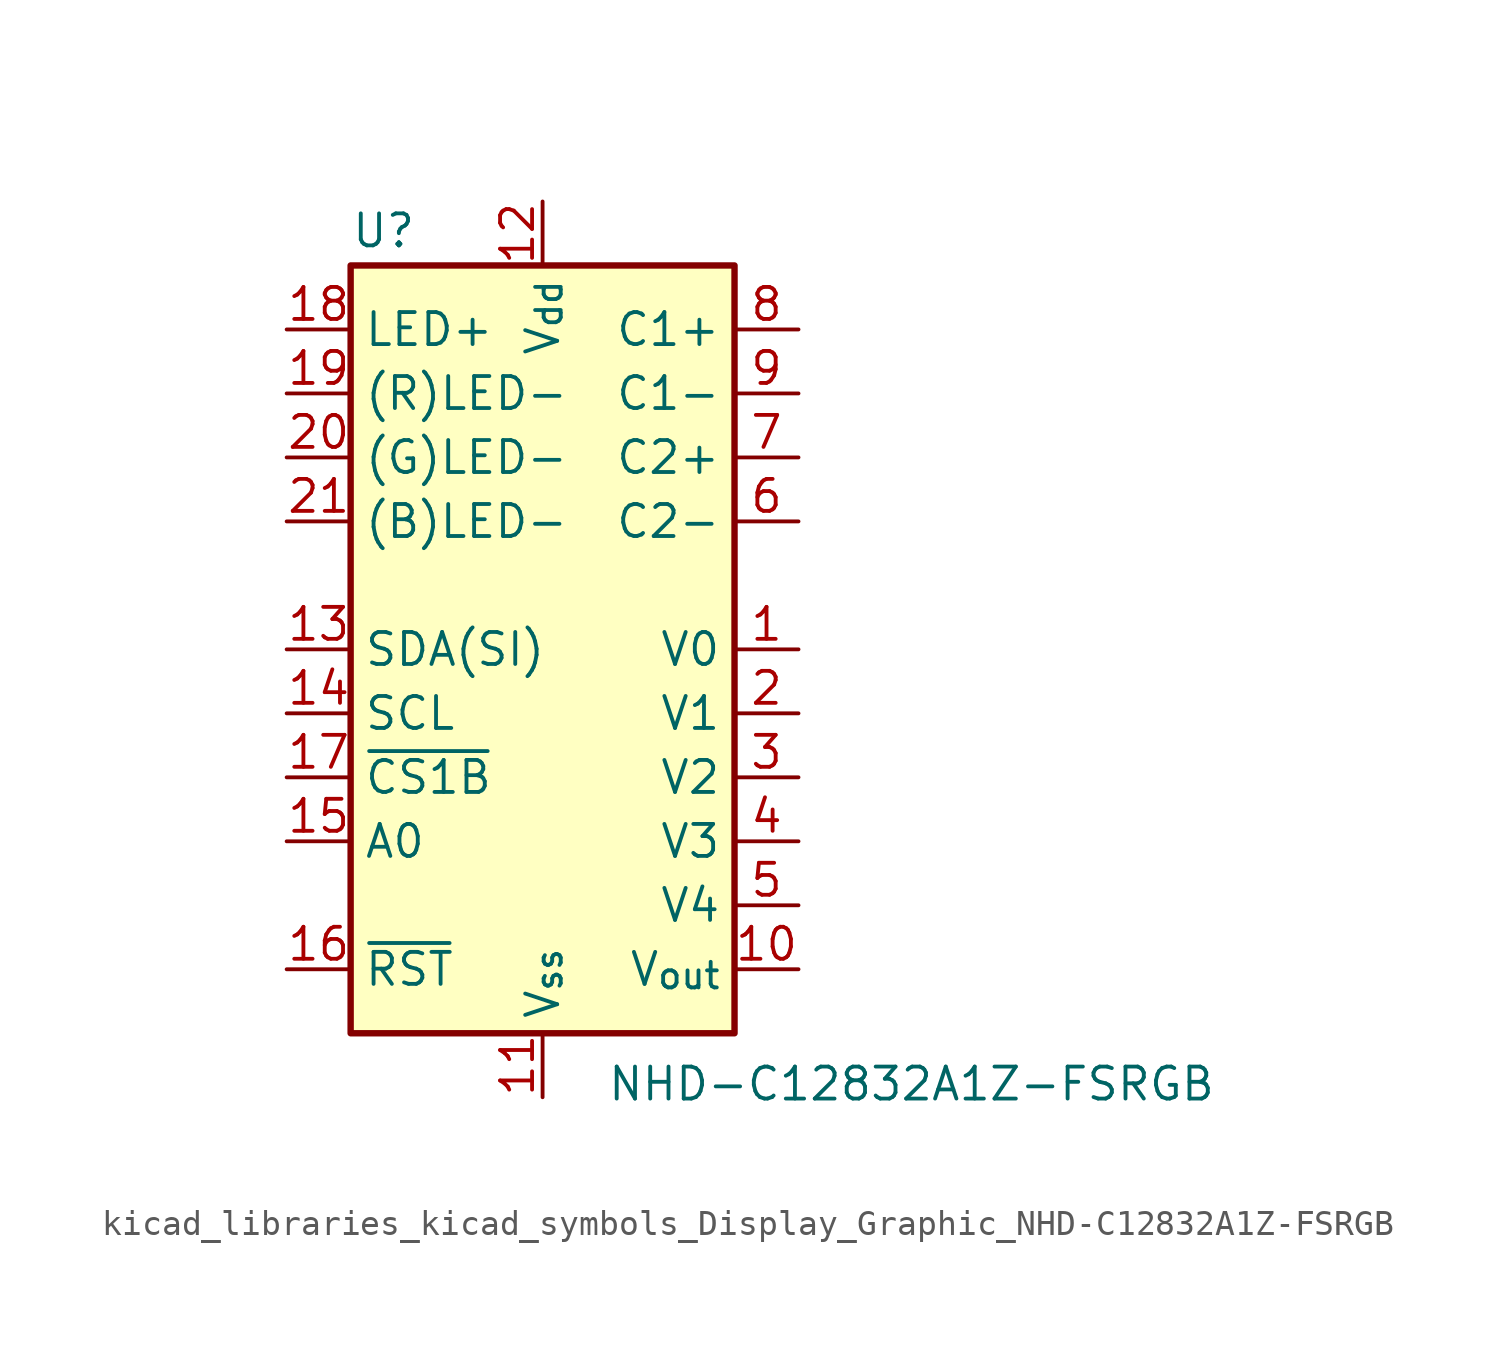
<source format=kicad_sym>
(kicad_symbol_lib
  (version 20220914)
  (generator kicad_symbol_editor)
  (symbol "kicad_libraries_kicad_symbols_Display_Graphic_NHD-C12832A1Z-FSRGB"
    (property "Reference" "U"
      (at -7.62 15.875 0)
      (effects (font (size 1.27 1.27)) (justify left bottom)))
    (property "Value" "NHD-C12832A1Z-FSRGB"
      (at 2.54 -16.51 0)
      (effects (font (size 1.27 1.27)) (justify left top)))
    (symbol "kicad_libraries_kicad_symbols_Display_Graphic_NHD-C12832A1Z-FSRGB_0_1"
      (rectangle (start -7.62 15.24) (end 7.62 -15.24) (stroke (width 0.254) (type default)) (fill (type background))))
    (symbol "kicad_libraries_kicad_symbols_Display_Graphic_NHD-C12832A1Z-FSRGB_1_1"
      (pin passive line (at 10.16 0 180) (length 2.54) (name "V0" (effects (font (size 1.27 1.27)))) (number "1" (effects (font (size 1.27 1.27)))))
      (pin passive line (at 10.16 -12.7 180) (length 2.54) (name "V_{out}" (effects (font (size 1.27 1.27)))) (number "10" (effects (font (size 1.27 1.27)))))
      (pin power_in line (at 0 -17.78 90) (length 2.54) (name "V_{ss}" (effects (font (size 1.27 1.27)))) (number "11" (effects (font (size 1.27 1.27)))))
      (pin power_in line (at 0 17.78 270) (length 2.54) (name "V_{dd}" (effects (font (size 1.27 1.27)))) (number "12" (effects (font (size 1.27 1.27)))))
      (pin input line (at -10.16 0 0) (length 2.54) (name "SDA(SI)" (effects (font (size 1.27 1.27)))) (number "13" (effects (font (size 1.27 1.27)))))
      (pin input line (at -10.16 -2.54 0) (length 2.54) (name "SCL" (effects (font (size 1.27 1.27)))) (number "14" (effects (font (size 1.27 1.27)))))
      (pin input line (at -10.16 -7.62 0) (length 2.54) (name "A0" (effects (font (size 1.27 1.27)))) (number "15" (effects (font (size 1.27 1.27)))))
      (pin input line (at -10.16 -12.7 0) (length 2.54) (name "~{RST}" (effects (font (size 1.27 1.27)))) (number "16" (effects (font (size 1.27 1.27)))))
      (pin input line (at -10.16 -5.08 0) (length 2.54) (name "~{CS1B}" (effects (font (size 1.27 1.27)))) (number "17" (effects (font (size 1.27 1.27)))))
      (pin passive line (at -10.16 12.7 0) (length 2.54) (name "LED+" (effects (font (size 1.27 1.27)))) (number "18" (effects (font (size 1.27 1.27)))))
      (pin passive line (at -10.16 10.16 0) (length 2.54) (name "(R)LED-" (effects (font (size 1.27 1.27)))) (number "19" (effects (font (size 1.27 1.27)))))
      (pin passive line (at 10.16 -2.54 180) (length 2.54) (name "V1" (effects (font (size 1.27 1.27)))) (number "2" (effects (font (size 1.27 1.27)))))
      (pin passive line (at -10.16 7.62 0) (length 2.54) (name "(G)LED-" (effects (font (size 1.27 1.27)))) (number "20" (effects (font (size 1.27 1.27)))))
      (pin passive line (at -10.16 5.08 0) (length 2.54) (name "(B)LED-" (effects (font (size 1.27 1.27)))) (number "21" (effects (font (size 1.27 1.27)))))
      (pin passive line (at 10.16 -5.08 180) (length 2.54) (name "V2" (effects (font (size 1.27 1.27)))) (number "3" (effects (font (size 1.27 1.27)))))
      (pin passive line (at 10.16 -7.62 180) (length 2.54) (name "V3" (effects (font (size 1.27 1.27)))) (number "4" (effects (font (size 1.27 1.27)))))
      (pin passive line (at 10.16 -10.16 180) (length 2.54) (name "V4" (effects (font (size 1.27 1.27)))) (number "5" (effects (font (size 1.27 1.27)))))
      (pin passive line (at 10.16 5.08 180) (length 2.54) (name "C2-" (effects (font (size 1.27 1.27)))) (number "6" (effects (font (size 1.27 1.27)))))
      (pin passive line (at 10.16 7.62 180) (length 2.54) (name "C2+" (effects (font (size 1.27 1.27)))) (number "7" (effects (font (size 1.27 1.27)))))
      (pin passive line (at 10.16 12.7 180) (length 2.54) (name "C1+" (effects (font (size 1.27 1.27)))) (number "8" (effects (font (size 1.27 1.27)))))
      (pin passive line (at 10.16 10.16 180) (length 2.54) (name "C1-" (effects (font (size 1.27 1.27)))) (number "9" (effects (font (size 1.27 1.27))))))))
</source>
